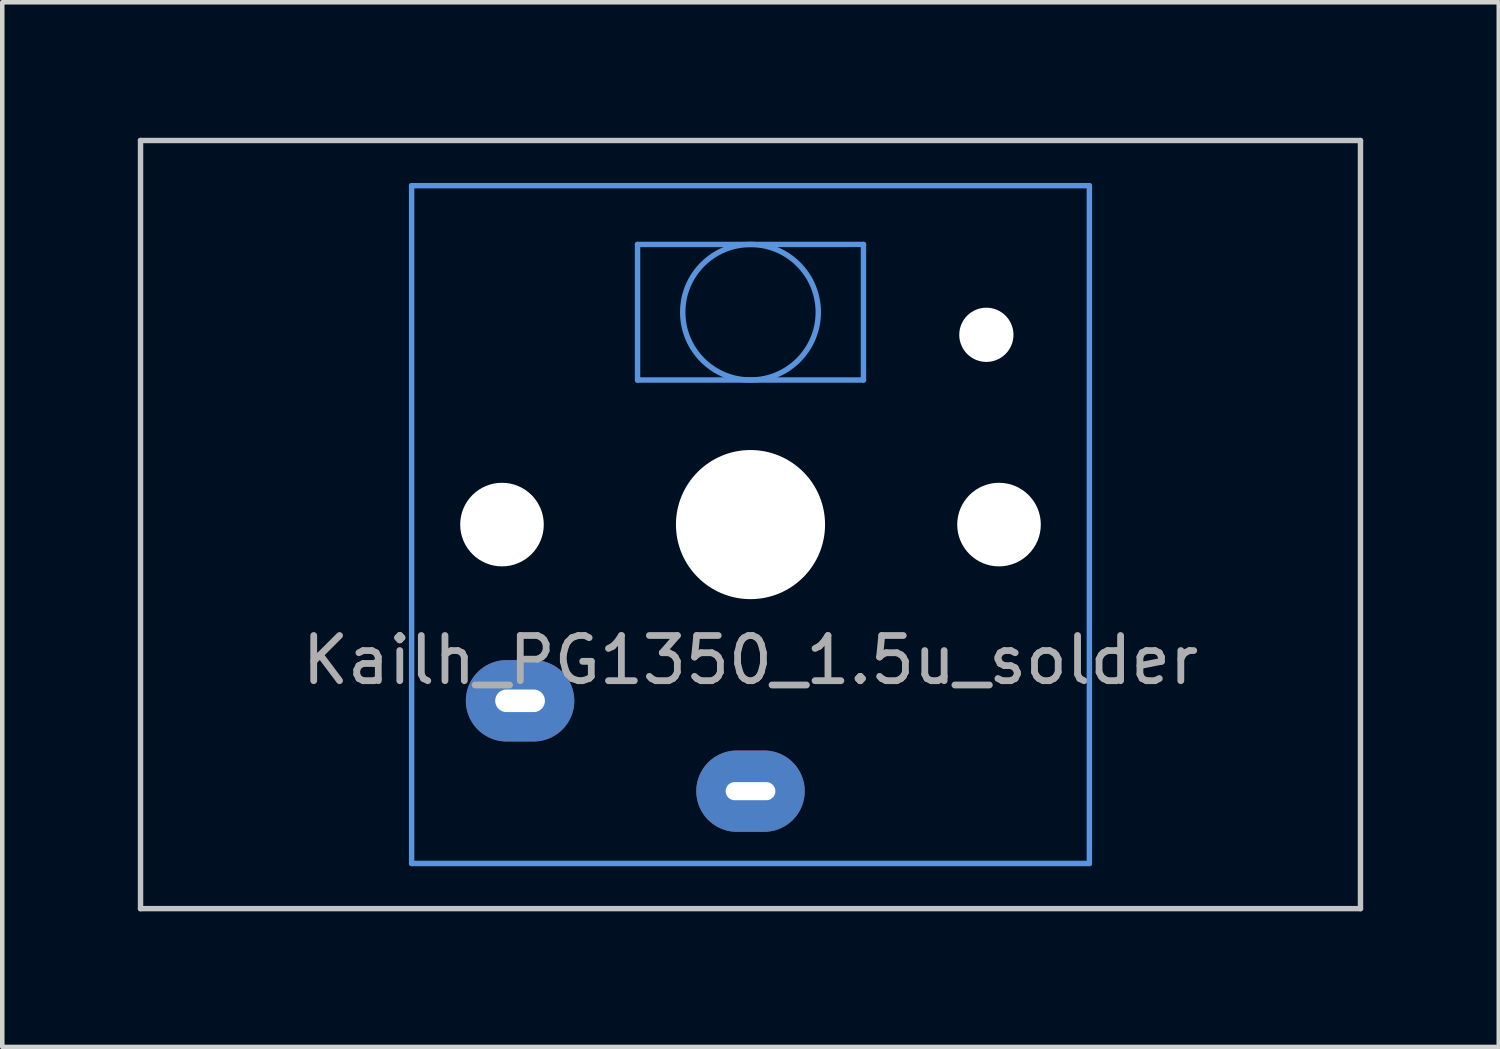
<source format=kicad_pcb>
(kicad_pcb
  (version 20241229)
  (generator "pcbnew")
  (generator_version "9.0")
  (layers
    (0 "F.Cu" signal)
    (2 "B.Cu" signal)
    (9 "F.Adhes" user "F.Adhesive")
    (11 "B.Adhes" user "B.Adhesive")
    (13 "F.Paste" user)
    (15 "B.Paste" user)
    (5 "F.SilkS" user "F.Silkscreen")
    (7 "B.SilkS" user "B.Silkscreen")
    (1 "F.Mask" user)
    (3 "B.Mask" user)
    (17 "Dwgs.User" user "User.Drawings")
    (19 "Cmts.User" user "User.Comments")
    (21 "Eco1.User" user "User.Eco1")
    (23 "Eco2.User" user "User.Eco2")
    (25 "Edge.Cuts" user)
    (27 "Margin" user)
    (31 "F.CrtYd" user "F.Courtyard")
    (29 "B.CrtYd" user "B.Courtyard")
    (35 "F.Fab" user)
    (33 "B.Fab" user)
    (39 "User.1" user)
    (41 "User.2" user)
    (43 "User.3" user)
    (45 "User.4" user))
  (footprint "Kailh_PG1350_1.5u_solder"
    (layer "F.Cu")
    (at 13.56 8.56)
    (property "Reference" "Kailh_PG1350_1.5u_solder" (at 0 3 0) (layer "F.Fab") (effects (font (size 1 1) (thickness 0.15))))
    (attr through_hole)
    (fp_line (start -13.5 -8.5) (end -13.5 8.5) (stroke (width 0.12) (type solid)) (layer "Dwgs.User"))
    (fp_line (start -13.5 -8.5) (end 13.5 -8.5) (stroke (width 0.12) (type solid)) (layer "Dwgs.User"))
    (fp_line (start -13.5 8.5) (end 13.5 8.5) (stroke (width 0.12) (type solid)) (layer "Dwgs.User"))
    (fp_line (start 13.5 -8.5) (end 13.5 8.5) (stroke (width 0.12) (type solid)) (layer "Dwgs.User"))
    (fp_line (start -7.5 -7.5) (end -7.5 7.5) (stroke (width 0.12) (type solid)) (layer "Cmts.User"))
    (fp_line (start -7.5 -7.5) (end 7.5 -7.5) (stroke (width 0.12) (type solid)) (layer "Cmts.User"))
    (fp_line (start -2.5 -6.2) (end 2.5 -6.2) (stroke (width 0.12) (type solid)) (layer "Cmts.User"))
    (fp_line (start -2.5 -3.2) (end -2.5 -6.2) (stroke (width 0.12) (type solid)) (layer "Cmts.User"))
    (fp_line (start -2.5 -3.2) (end 2.5 -3.2) (stroke (width 0.12) (type solid)) (layer "Cmts.User"))
    (fp_line (start 2.5 -3.2) (end 2.5 -6.2) (stroke (width 0.12) (type solid)) (layer "Cmts.User"))
    (fp_line (start 7.5 7.5) (end -7.5 7.5) (stroke (width 0.12) (type solid)) (layer "Cmts.User"))
    (fp_line (start 7.5 7.5) (end 7.5 -7.5) (stroke (width 0.12) (type solid)) (layer "Cmts.User"))
    (fp_circle (center 0 -4.7) (end 0 -6.2) (stroke (width 0.12) (type solid)) (fill no) (layer "Cmts.User"))
    (pad "" np_thru_hole circle (at -5.5 0) (size 1.85 1.85) (drill 1.85) (layers "*.Cu" "*.Mask"))
    (pad "" np_thru_hole circle (at 0 0) (size 3.3 3.3) (drill 3.3) (layers "*.Cu" "*.Mask"))
    (pad "" np_thru_hole circle (at 5.22 -4.2) (size 1.2 1.2) (drill 1.2) (layers "*.Cu" "*.Mask"))
    (pad "" np_thru_hole circle (at 5.5 0) (size 1.85 1.85) (drill 1.85) (layers "*.Cu" "*.Mask"))
    (pad "1" thru_hole oval (at -5.1 3.9) (size 2.4 1.8) (drill oval 1.1 0.5) (layers "*.Cu" "B.Mask"))
    (pad "2" thru_hole oval (at 0 5.9) (size 2.4 1.8) (drill oval 1.1 0.4) (layers "*.Cu" "B.Mask")))
  (gr_rect
    (start -3 -3)
    (end 30.12 20.12)
    (stroke (width 0.1) (type default))
    (fill no)
    (layer "Edge.Cuts")))
</source>
